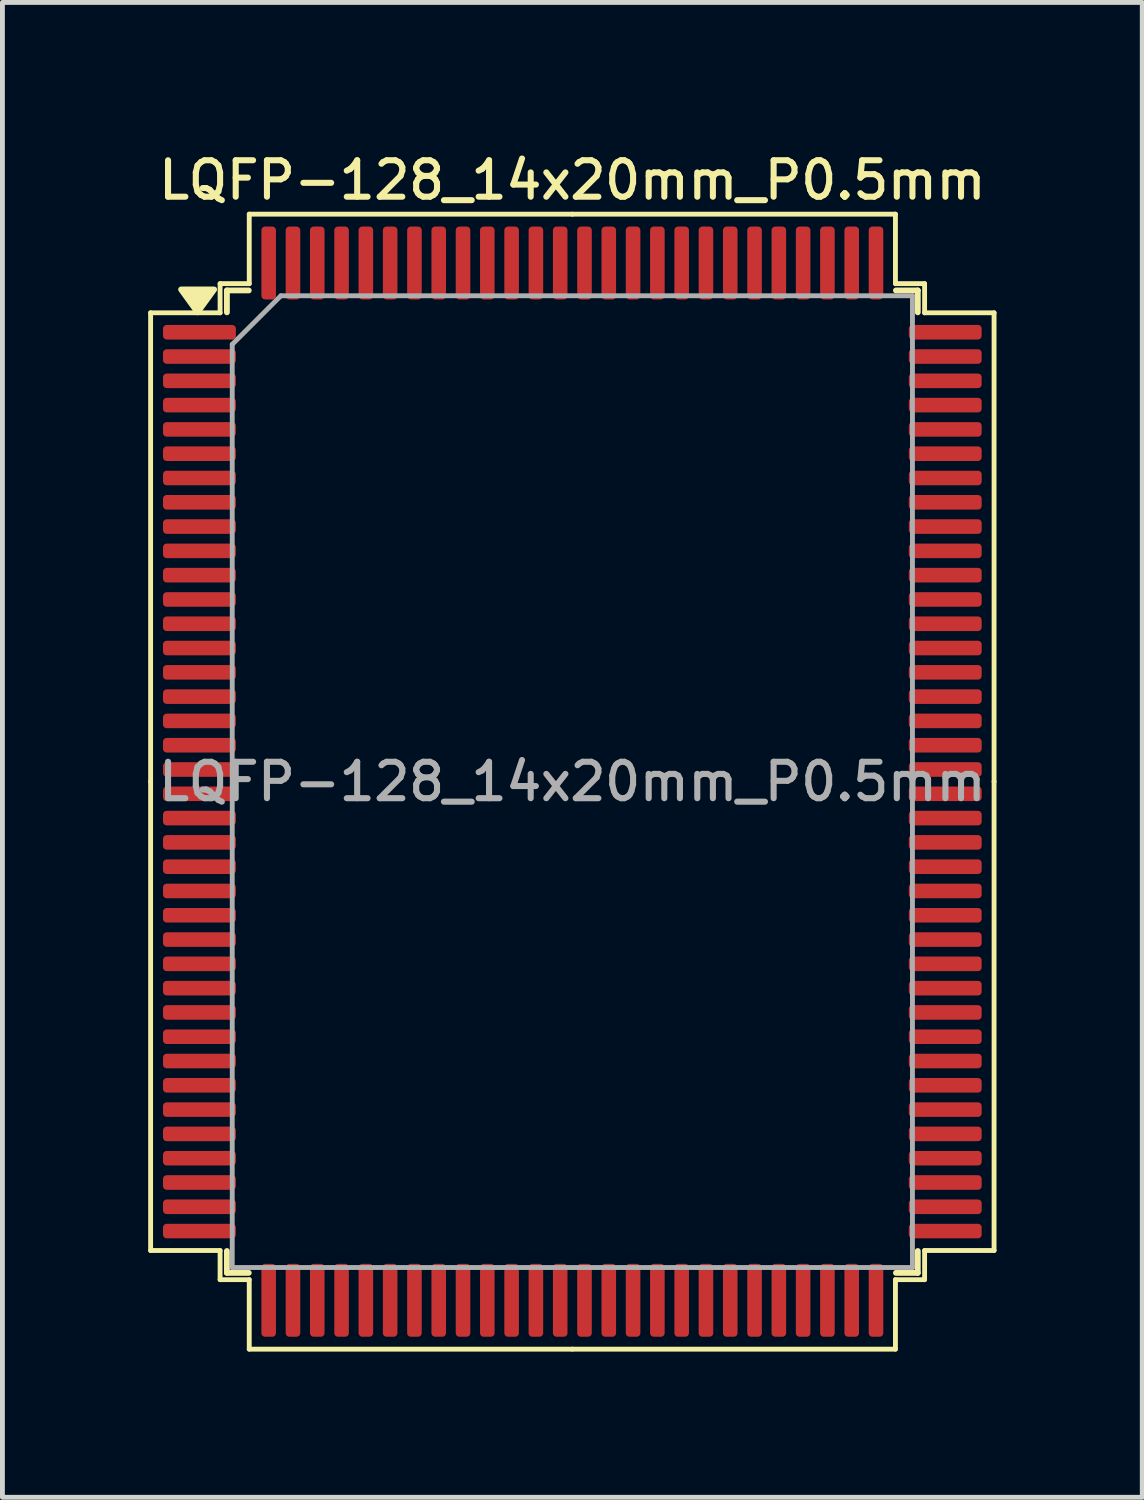
<source format=kicad_pcb>
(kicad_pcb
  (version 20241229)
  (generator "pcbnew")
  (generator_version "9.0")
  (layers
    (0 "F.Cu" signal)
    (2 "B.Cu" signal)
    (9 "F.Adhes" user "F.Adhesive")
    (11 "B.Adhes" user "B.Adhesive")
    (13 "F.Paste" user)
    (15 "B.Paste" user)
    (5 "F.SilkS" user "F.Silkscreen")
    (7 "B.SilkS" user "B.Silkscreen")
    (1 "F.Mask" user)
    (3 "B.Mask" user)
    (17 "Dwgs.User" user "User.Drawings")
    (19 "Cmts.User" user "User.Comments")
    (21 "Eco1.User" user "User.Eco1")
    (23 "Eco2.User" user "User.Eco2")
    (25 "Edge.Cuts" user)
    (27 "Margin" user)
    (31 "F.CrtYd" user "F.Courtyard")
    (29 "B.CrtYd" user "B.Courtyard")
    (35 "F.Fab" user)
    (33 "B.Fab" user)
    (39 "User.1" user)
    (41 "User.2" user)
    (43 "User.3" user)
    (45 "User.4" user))
  (footprint "LQFP-128_14x20mm_P0.5mm"
    (layer "F.Cu")
    (at 8.73 13.038)
    (property "Reference" "LQFP-128_14x20mm_P0.5mm" (at 0 -12.38 0) (layer "F.SilkS") (effects (font (size 0.75 0.75) (thickness 0.125))))
    (attr smd)
    (fp_line (start -8.68 -9.65) (end -8.68 0) (stroke (width 0.1) (type solid)) (layer "F.SilkS"))
    (fp_line (start -8.68 9.65) (end -8.68 0) (stroke (width 0.1) (type solid)) (layer "F.SilkS"))
    (fp_line (start -7.25 -10.25) (end -7.25 -9.65) (stroke (width 0.1) (type solid)) (layer "F.SilkS"))
    (fp_line (start -7.25 -9.65) (end -8.68 -9.65) (stroke (width 0.1) (type solid)) (layer "F.SilkS"))
    (fp_line (start -7.25 9.65) (end -8.68 9.65) (stroke (width 0.1) (type solid)) (layer "F.SilkS"))
    (fp_line (start -7.25 10.25) (end -7.25 9.65) (stroke (width 0.1) (type solid)) (layer "F.SilkS"))
    (fp_line (start -7.11 -10.11) (end -7.11 -9.66) (stroke (width 0.12) (type solid)) (layer "F.SilkS"))
    (fp_line (start -7.11 10.11) (end -7.11 9.66) (stroke (width 0.12) (type solid)) (layer "F.SilkS"))
    (fp_line (start -6.66 -10.11) (end -7.11 -10.11) (stroke (width 0.12) (type solid)) (layer "F.SilkS"))
    (fp_line (start -6.66 10.11) (end -7.11 10.11) (stroke (width 0.12) (type solid)) (layer "F.SilkS"))
    (fp_line (start -6.65 -11.68) (end -6.65 -10.25) (stroke (width 0.1) (type solid)) (layer "F.SilkS"))
    (fp_line (start -6.65 -10.25) (end -7.25 -10.25) (stroke (width 0.1) (type solid)) (layer "F.SilkS"))
    (fp_line (start -6.65 10.25) (end -7.25 10.25) (stroke (width 0.1) (type solid)) (layer "F.SilkS"))
    (fp_line (start -6.65 11.68) (end -6.65 10.25) (stroke (width 0.1) (type solid)) (layer "F.SilkS"))
    (fp_line (start 0 -11.68) (end -6.65 -11.68) (stroke (width 0.1) (type solid)) (layer "F.SilkS"))
    (fp_line (start 0 -11.68) (end 6.65 -11.68) (stroke (width 0.1) (type solid)) (layer "F.SilkS"))
    (fp_line (start 0 11.68) (end -6.65 11.68) (stroke (width 0.1) (type solid)) (layer "F.SilkS"))
    (fp_line (start 0 11.68) (end 6.65 11.68) (stroke (width 0.1) (type solid)) (layer "F.SilkS"))
    (fp_line (start 6.65 -11.68) (end 6.65 -10.25) (stroke (width 0.1) (type solid)) (layer "F.SilkS"))
    (fp_line (start 6.65 -10.25) (end 7.25 -10.25) (stroke (width 0.1) (type solid)) (layer "F.SilkS"))
    (fp_line (start 6.65 10.25) (end 7.25 10.25) (stroke (width 0.1) (type solid)) (layer "F.SilkS"))
    (fp_line (start 6.65 11.68) (end 6.65 10.25) (stroke (width 0.1) (type solid)) (layer "F.SilkS"))
    (fp_line (start 6.66 -10.11) (end 7.11 -10.11) (stroke (width 0.12) (type solid)) (layer "F.SilkS"))
    (fp_line (start 6.66 10.11) (end 7.11 10.11) (stroke (width 0.12) (type solid)) (layer "F.SilkS"))
    (fp_line (start 7.11 -10.11) (end 7.11 -9.66) (stroke (width 0.12) (type solid)) (layer "F.SilkS"))
    (fp_line (start 7.11 10.11) (end 7.11 9.66) (stroke (width 0.12) (type solid)) (layer "F.SilkS"))
    (fp_line (start 7.25 -10.25) (end 7.25 -9.65) (stroke (width 0.1) (type solid)) (layer "F.SilkS"))
    (fp_line (start 7.25 -9.65) (end 8.68 -9.65) (stroke (width 0.1) (type solid)) (layer "F.SilkS"))
    (fp_line (start 7.25 9.65) (end 8.68 9.65) (stroke (width 0.1) (type solid)) (layer "F.SilkS"))
    (fp_line (start 7.25 10.25) (end 7.25 9.65) (stroke (width 0.1) (type solid)) (layer "F.SilkS"))
    (fp_line (start 8.68 -9.65) (end 8.68 0) (stroke (width 0.1) (type solid)) (layer "F.SilkS"))
    (fp_line (start 8.68 9.65) (end 8.68 0) (stroke (width 0.1) (type solid)) (layer "F.SilkS"))
    (fp_poly (pts (xy -7.713 -9.66) (xy -8.053 -10.13) (xy -7.372 -10.13) (xy -7.713 -9.66)) (stroke (width 0.12) (type solid)) (fill yes) (layer "F.SilkS"))
    (fp_line (start -7 -9) (end -6 -10) (stroke (width 0.1) (type solid)) (layer "F.Fab"))
    (fp_line (start -7 10) (end -7 -9) (stroke (width 0.1) (type solid)) (layer "F.Fab"))
    (fp_line (start -6 -10) (end 7 -10) (stroke (width 0.1) (type solid)) (layer "F.Fab"))
    (fp_line (start 7 -10) (end 7 10) (stroke (width 0.1) (type solid)) (layer "F.Fab"))
    (fp_line (start 7 10) (end -7 10) (stroke (width 0.1) (type solid)) (layer "F.Fab"))
    (fp_text user "${REFERENCE}" (at 0 0 0) (layer "F.Fab") (effects (font (size 0.75 0.75) (thickness 0.125))))
    (pad "1" smd roundrect (at -7.675 -9.25) (size 1.5 0.3) (layers "F.Cu" "F.Mask" "F.Paste") (roundrect_rratio 0.25))
    (pad "2" smd roundrect (at -7.675 -8.75) (size 1.5 0.3) (layers "F.Cu" "F.Mask" "F.Paste") (roundrect_rratio 0.25))
    (pad "3" smd roundrect (at -7.675 -8.25) (size 1.5 0.3) (layers "F.Cu" "F.Mask" "F.Paste") (roundrect_rratio 0.25))
    (pad "4" smd roundrect (at -7.675 -7.75) (size 1.5 0.3) (layers "F.Cu" "F.Mask" "F.Paste") (roundrect_rratio 0.25))
    (pad "5" smd roundrect (at -7.675 -7.25) (size 1.5 0.3) (layers "F.Cu" "F.Mask" "F.Paste") (roundrect_rratio 0.25))
    (pad "6" smd roundrect (at -7.675 -6.75) (size 1.5 0.3) (layers "F.Cu" "F.Mask" "F.Paste") (roundrect_rratio 0.25))
    (pad "7" smd roundrect (at -7.675 -6.25) (size 1.5 0.3) (layers "F.Cu" "F.Mask" "F.Paste") (roundrect_rratio 0.25))
    (pad "8" smd roundrect (at -7.675 -5.75) (size 1.5 0.3) (layers "F.Cu" "F.Mask" "F.Paste") (roundrect_rratio 0.25))
    (pad "9" smd roundrect (at -7.675 -5.25) (size 1.5 0.3) (layers "F.Cu" "F.Mask" "F.Paste") (roundrect_rratio 0.25))
    (pad "10" smd roundrect (at -7.675 -4.75) (size 1.5 0.3) (layers "F.Cu" "F.Mask" "F.Paste") (roundrect_rratio 0.25))
    (pad "11" smd roundrect (at -7.675 -4.25) (size 1.5 0.3) (layers "F.Cu" "F.Mask" "F.Paste") (roundrect_rratio 0.25))
    (pad "12" smd roundrect (at -7.675 -3.75) (size 1.5 0.3) (layers "F.Cu" "F.Mask" "F.Paste") (roundrect_rratio 0.25))
    (pad "13" smd roundrect (at -7.675 -3.25) (size 1.5 0.3) (layers "F.Cu" "F.Mask" "F.Paste") (roundrect_rratio 0.25))
    (pad "14" smd roundrect (at -7.675 -2.75) (size 1.5 0.3) (layers "F.Cu" "F.Mask" "F.Paste") (roundrect_rratio 0.25))
    (pad "15" smd roundrect (at -7.675 -2.25) (size 1.5 0.3) (layers "F.Cu" "F.Mask" "F.Paste") (roundrect_rratio 0.25))
    (pad "16" smd roundrect (at -7.675 -1.75) (size 1.5 0.3) (layers "F.Cu" "F.Mask" "F.Paste") (roundrect_rratio 0.25))
    (pad "17" smd roundrect (at -7.675 -1.25) (size 1.5 0.3) (layers "F.Cu" "F.Mask" "F.Paste") (roundrect_rratio 0.25))
    (pad "18" smd roundrect (at -7.675 -0.75) (size 1.5 0.3) (layers "F.Cu" "F.Mask" "F.Paste") (roundrect_rratio 0.25))
    (pad "19" smd roundrect (at -7.675 -0.25) (size 1.5 0.3) (layers "F.Cu" "F.Mask" "F.Paste") (roundrect_rratio 0.25))
    (pad "20" smd roundrect (at -7.675 0.25) (size 1.5 0.3) (layers "F.Cu" "F.Mask" "F.Paste") (roundrect_rratio 0.25))
    (pad "21" smd roundrect (at -7.675 0.75) (size 1.5 0.3) (layers "F.Cu" "F.Mask" "F.Paste") (roundrect_rratio 0.25))
    (pad "22" smd roundrect (at -7.675 1.25) (size 1.5 0.3) (layers "F.Cu" "F.Mask" "F.Paste") (roundrect_rratio 0.25))
    (pad "23" smd roundrect (at -7.675 1.75) (size 1.5 0.3) (layers "F.Cu" "F.Mask" "F.Paste") (roundrect_rratio 0.25))
    (pad "24" smd roundrect (at -7.675 2.25) (size 1.5 0.3) (layers "F.Cu" "F.Mask" "F.Paste") (roundrect_rratio 0.25))
    (pad "25" smd roundrect (at -7.675 2.75) (size 1.5 0.3) (layers "F.Cu" "F.Mask" "F.Paste") (roundrect_rratio 0.25))
    (pad "26" smd roundrect (at -7.675 3.25) (size 1.5 0.3) (layers "F.Cu" "F.Mask" "F.Paste") (roundrect_rratio 0.25))
    (pad "27" smd roundrect (at -7.675 3.75) (size 1.5 0.3) (layers "F.Cu" "F.Mask" "F.Paste") (roundrect_rratio 0.25))
    (pad "28" smd roundrect (at -7.675 4.25) (size 1.5 0.3) (layers "F.Cu" "F.Mask" "F.Paste") (roundrect_rratio 0.25))
    (pad "29" smd roundrect (at -7.675 4.75) (size 1.5 0.3) (layers "F.Cu" "F.Mask" "F.Paste") (roundrect_rratio 0.25))
    (pad "30" smd roundrect (at -7.675 5.25) (size 1.5 0.3) (layers "F.Cu" "F.Mask" "F.Paste") (roundrect_rratio 0.25))
    (pad "31" smd roundrect (at -7.675 5.75) (size 1.5 0.3) (layers "F.Cu" "F.Mask" "F.Paste") (roundrect_rratio 0.25))
    (pad "32" smd roundrect (at -7.675 6.25) (size 1.5 0.3) (layers "F.Cu" "F.Mask" "F.Paste") (roundrect_rratio 0.25))
    (pad "33" smd roundrect (at -7.675 6.75) (size 1.5 0.3) (layers "F.Cu" "F.Mask" "F.Paste") (roundrect_rratio 0.25))
    (pad "34" smd roundrect (at -7.675 7.25) (size 1.5 0.3) (layers "F.Cu" "F.Mask" "F.Paste") (roundrect_rratio 0.25))
    (pad "35" smd roundrect (at -7.675 7.75) (size 1.5 0.3) (layers "F.Cu" "F.Mask" "F.Paste") (roundrect_rratio 0.25))
    (pad "36" smd roundrect (at -7.675 8.25) (size 1.5 0.3) (layers "F.Cu" "F.Mask" "F.Paste") (roundrect_rratio 0.25))
    (pad "37" smd roundrect (at -7.675 8.75) (size 1.5 0.3) (layers "F.Cu" "F.Mask" "F.Paste") (roundrect_rratio 0.25))
    (pad "38" smd roundrect (at -7.675 9.25) (size 1.5 0.3) (layers "F.Cu" "F.Mask" "F.Paste") (roundrect_rratio 0.25))
    (pad "39" smd roundrect (at -6.25 10.675) (size 0.3 1.5) (layers "F.Cu" "F.Mask" "F.Paste") (roundrect_rratio 0.25))
    (pad "40" smd roundrect (at -5.75 10.675) (size 0.3 1.5) (layers "F.Cu" "F.Mask" "F.Paste") (roundrect_rratio 0.25))
    (pad "41" smd roundrect (at -5.25 10.675) (size 0.3 1.5) (layers "F.Cu" "F.Mask" "F.Paste") (roundrect_rratio 0.25))
    (pad "42" smd roundrect (at -4.75 10.675) (size 0.3 1.5) (layers "F.Cu" "F.Mask" "F.Paste") (roundrect_rratio 0.25))
    (pad "43" smd roundrect (at -4.25 10.675) (size 0.3 1.5) (layers "F.Cu" "F.Mask" "F.Paste") (roundrect_rratio 0.25))
    (pad "44" smd roundrect (at -3.75 10.675) (size 0.3 1.5) (layers "F.Cu" "F.Mask" "F.Paste") (roundrect_rratio 0.25))
    (pad "45" smd roundrect (at -3.25 10.675) (size 0.3 1.5) (layers "F.Cu" "F.Mask" "F.Paste") (roundrect_rratio 0.25))
    (pad "46" smd roundrect (at -2.75 10.675) (size 0.3 1.5) (layers "F.Cu" "F.Mask" "F.Paste") (roundrect_rratio 0.25))
    (pad "47" smd roundrect (at -2.25 10.675) (size 0.3 1.5) (layers "F.Cu" "F.Mask" "F.Paste") (roundrect_rratio 0.25))
    (pad "48" smd roundrect (at -1.75 10.675) (size 0.3 1.5) (layers "F.Cu" "F.Mask" "F.Paste") (roundrect_rratio 0.25))
    (pad "49" smd roundrect (at -1.25 10.675) (size 0.3 1.5) (layers "F.Cu" "F.Mask" "F.Paste") (roundrect_rratio 0.25))
    (pad "50" smd roundrect (at -0.75 10.675) (size 0.3 1.5) (layers "F.Cu" "F.Mask" "F.Paste") (roundrect_rratio 0.25))
    (pad "51" smd roundrect (at -0.25 10.675) (size 0.3 1.5) (layers "F.Cu" "F.Mask" "F.Paste") (roundrect_rratio 0.25))
    (pad "52" smd roundrect (at 0.25 10.675) (size 0.3 1.5) (layers "F.Cu" "F.Mask" "F.Paste") (roundrect_rratio 0.25))
    (pad "53" smd roundrect (at 0.75 10.675) (size 0.3 1.5) (layers "F.Cu" "F.Mask" "F.Paste") (roundrect_rratio 0.25))
    (pad "54" smd roundrect (at 1.25 10.675) (size 0.3 1.5) (layers "F.Cu" "F.Mask" "F.Paste") (roundrect_rratio 0.25))
    (pad "55" smd roundrect (at 1.75 10.675) (size 0.3 1.5) (layers "F.Cu" "F.Mask" "F.Paste") (roundrect_rratio 0.25))
    (pad "56" smd roundrect (at 2.25 10.675) (size 0.3 1.5) (layers "F.Cu" "F.Mask" "F.Paste") (roundrect_rratio 0.25))
    (pad "57" smd roundrect (at 2.75 10.675) (size 0.3 1.5) (layers "F.Cu" "F.Mask" "F.Paste") (roundrect_rratio 0.25))
    (pad "58" smd roundrect (at 3.25 10.675) (size 0.3 1.5) (layers "F.Cu" "F.Mask" "F.Paste") (roundrect_rratio 0.25))
    (pad "59" smd roundrect (at 3.75 10.675) (size 0.3 1.5) (layers "F.Cu" "F.Mask" "F.Paste") (roundrect_rratio 0.25))
    (pad "60" smd roundrect (at 4.25 10.675) (size 0.3 1.5) (layers "F.Cu" "F.Mask" "F.Paste") (roundrect_rratio 0.25))
    (pad "61" smd roundrect (at 4.75 10.675) (size 0.3 1.5) (layers "F.Cu" "F.Mask" "F.Paste") (roundrect_rratio 0.25))
    (pad "62" smd roundrect (at 5.25 10.675) (size 0.3 1.5) (layers "F.Cu" "F.Mask" "F.Paste") (roundrect_rratio 0.25))
    (pad "63" smd roundrect (at 5.75 10.675) (size 0.3 1.5) (layers "F.Cu" "F.Mask" "F.Paste") (roundrect_rratio 0.25))
    (pad "64" smd roundrect (at 6.25 10.675) (size 0.3 1.5) (layers "F.Cu" "F.Mask" "F.Paste") (roundrect_rratio 0.25))
    (pad "65" smd roundrect (at 7.675 9.25) (size 1.5 0.3) (layers "F.Cu" "F.Mask" "F.Paste") (roundrect_rratio 0.25))
    (pad "66" smd roundrect (at 7.675 8.75) (size 1.5 0.3) (layers "F.Cu" "F.Mask" "F.Paste") (roundrect_rratio 0.25))
    (pad "67" smd roundrect (at 7.675 8.25) (size 1.5 0.3) (layers "F.Cu" "F.Mask" "F.Paste") (roundrect_rratio 0.25))
    (pad "68" smd roundrect (at 7.675 7.75) (size 1.5 0.3) (layers "F.Cu" "F.Mask" "F.Paste") (roundrect_rratio 0.25))
    (pad "69" smd roundrect (at 7.675 7.25) (size 1.5 0.3) (layers "F.Cu" "F.Mask" "F.Paste") (roundrect_rratio 0.25))
    (pad "70" smd roundrect (at 7.675 6.75) (size 1.5 0.3) (layers "F.Cu" "F.Mask" "F.Paste") (roundrect_rratio 0.25))
    (pad "71" smd roundrect (at 7.675 6.25) (size 1.5 0.3) (layers "F.Cu" "F.Mask" "F.Paste") (roundrect_rratio 0.25))
    (pad "72" smd roundrect (at 7.675 5.75) (size 1.5 0.3) (layers "F.Cu" "F.Mask" "F.Paste") (roundrect_rratio 0.25))
    (pad "73" smd roundrect (at 7.675 5.25) (size 1.5 0.3) (layers "F.Cu" "F.Mask" "F.Paste") (roundrect_rratio 0.25))
    (pad "74" smd roundrect (at 7.675 4.75) (size 1.5 0.3) (layers "F.Cu" "F.Mask" "F.Paste") (roundrect_rratio 0.25))
    (pad "75" smd roundrect (at 7.675 4.25) (size 1.5 0.3) (layers "F.Cu" "F.Mask" "F.Paste") (roundrect_rratio 0.25))
    (pad "76" smd roundrect (at 7.675 3.75) (size 1.5 0.3) (layers "F.Cu" "F.Mask" "F.Paste") (roundrect_rratio 0.25))
    (pad "77" smd roundrect (at 7.675 3.25) (size 1.5 0.3) (layers "F.Cu" "F.Mask" "F.Paste") (roundrect_rratio 0.25))
    (pad "78" smd roundrect (at 7.675 2.75) (size 1.5 0.3) (layers "F.Cu" "F.Mask" "F.Paste") (roundrect_rratio 0.25))
    (pad "79" smd roundrect (at 7.675 2.25) (size 1.5 0.3) (layers "F.Cu" "F.Mask" "F.Paste") (roundrect_rratio 0.25))
    (pad "80" smd roundrect (at 7.675 1.75) (size 1.5 0.3) (layers "F.Cu" "F.Mask" "F.Paste") (roundrect_rratio 0.25))
    (pad "81" smd roundrect (at 7.675 1.25) (size 1.5 0.3) (layers "F.Cu" "F.Mask" "F.Paste") (roundrect_rratio 0.25))
    (pad "82" smd roundrect (at 7.675 0.75) (size 1.5 0.3) (layers "F.Cu" "F.Mask" "F.Paste") (roundrect_rratio 0.25))
    (pad "83" smd roundrect (at 7.675 0.25) (size 1.5 0.3) (layers "F.Cu" "F.Mask" "F.Paste") (roundrect_rratio 0.25))
    (pad "84" smd roundrect (at 7.675 -0.25) (size 1.5 0.3) (layers "F.Cu" "F.Mask" "F.Paste") (roundrect_rratio 0.25))
    (pad "85" smd roundrect (at 7.675 -0.75) (size 1.5 0.3) (layers "F.Cu" "F.Mask" "F.Paste") (roundrect_rratio 0.25))
    (pad "86" smd roundrect (at 7.675 -1.25) (size 1.5 0.3) (layers "F.Cu" "F.Mask" "F.Paste") (roundrect_rratio 0.25))
    (pad "87" smd roundrect (at 7.675 -1.75) (size 1.5 0.3) (layers "F.Cu" "F.Mask" "F.Paste") (roundrect_rratio 0.25))
    (pad "88" smd roundrect (at 7.675 -2.25) (size 1.5 0.3) (layers "F.Cu" "F.Mask" "F.Paste") (roundrect_rratio 0.25))
    (pad "89" smd roundrect (at 7.675 -2.75) (size 1.5 0.3) (layers "F.Cu" "F.Mask" "F.Paste") (roundrect_rratio 0.25))
    (pad "90" smd roundrect (at 7.675 -3.25) (size 1.5 0.3) (layers "F.Cu" "F.Mask" "F.Paste") (roundrect_rratio 0.25))
    (pad "91" smd roundrect (at 7.675 -3.75) (size 1.5 0.3) (layers "F.Cu" "F.Mask" "F.Paste") (roundrect_rratio 0.25))
    (pad "92" smd roundrect (at 7.675 -4.25) (size 1.5 0.3) (layers "F.Cu" "F.Mask" "F.Paste") (roundrect_rratio 0.25))
    (pad "93" smd roundrect (at 7.675 -4.75) (size 1.5 0.3) (layers "F.Cu" "F.Mask" "F.Paste") (roundrect_rratio 0.25))
    (pad "94" smd roundrect (at 7.675 -5.25) (size 1.5 0.3) (layers "F.Cu" "F.Mask" "F.Paste") (roundrect_rratio 0.25))
    (pad "95" smd roundrect (at 7.675 -5.75) (size 1.5 0.3) (layers "F.Cu" "F.Mask" "F.Paste") (roundrect_rratio 0.25))
    (pad "96" smd roundrect (at 7.675 -6.25) (size 1.5 0.3) (layers "F.Cu" "F.Mask" "F.Paste") (roundrect_rratio 0.25))
    (pad "97" smd roundrect (at 7.675 -6.75) (size 1.5 0.3) (layers "F.Cu" "F.Mask" "F.Paste") (roundrect_rratio 0.25))
    (pad "98" smd roundrect (at 7.675 -7.25) (size 1.5 0.3) (layers "F.Cu" "F.Mask" "F.Paste") (roundrect_rratio 0.25))
    (pad "99" smd roundrect (at 7.675 -7.75) (size 1.5 0.3) (layers "F.Cu" "F.Mask" "F.Paste") (roundrect_rratio 0.25))
    (pad "100" smd roundrect (at 7.675 -8.25) (size 1.5 0.3) (layers "F.Cu" "F.Mask" "F.Paste") (roundrect_rratio 0.25))
    (pad "101" smd roundrect (at 7.675 -8.75) (size 1.5 0.3) (layers "F.Cu" "F.Mask" "F.Paste") (roundrect_rratio 0.25))
    (pad "102" smd roundrect (at 7.675 -9.25) (size 1.5 0.3) (layers "F.Cu" "F.Mask" "F.Paste") (roundrect_rratio 0.25))
    (pad "103" smd roundrect (at 6.25 -10.675) (size 0.3 1.5) (layers "F.Cu" "F.Mask" "F.Paste") (roundrect_rratio 0.25))
    (pad "104" smd roundrect (at 5.75 -10.675) (size 0.3 1.5) (layers "F.Cu" "F.Mask" "F.Paste") (roundrect_rratio 0.25))
    (pad "105" smd roundrect (at 5.25 -10.675) (size 0.3 1.5) (layers "F.Cu" "F.Mask" "F.Paste") (roundrect_rratio 0.25))
    (pad "106" smd roundrect (at 4.75 -10.675) (size 0.3 1.5) (layers "F.Cu" "F.Mask" "F.Paste") (roundrect_rratio 0.25))
    (pad "107" smd roundrect (at 4.25 -10.675) (size 0.3 1.5) (layers "F.Cu" "F.Mask" "F.Paste") (roundrect_rratio 0.25))
    (pad "108" smd roundrect (at 3.75 -10.675) (size 0.3 1.5) (layers "F.Cu" "F.Mask" "F.Paste") (roundrect_rratio 0.25))
    (pad "109" smd roundrect (at 3.25 -10.675) (size 0.3 1.5) (layers "F.Cu" "F.Mask" "F.Paste") (roundrect_rratio 0.25))
    (pad "110" smd roundrect (at 2.75 -10.675) (size 0.3 1.5) (layers "F.Cu" "F.Mask" "F.Paste") (roundrect_rratio 0.25))
    (pad "111" smd roundrect (at 2.25 -10.675) (size 0.3 1.5) (layers "F.Cu" "F.Mask" "F.Paste") (roundrect_rratio 0.25))
    (pad "112" smd roundrect (at 1.75 -10.675) (size 0.3 1.5) (layers "F.Cu" "F.Mask" "F.Paste") (roundrect_rratio 0.25))
    (pad "113" smd roundrect (at 1.25 -10.675) (size 0.3 1.5) (layers "F.Cu" "F.Mask" "F.Paste") (roundrect_rratio 0.25))
    (pad "114" smd roundrect (at 0.75 -10.675) (size 0.3 1.5) (layers "F.Cu" "F.Mask" "F.Paste") (roundrect_rratio 0.25))
    (pad "115" smd roundrect (at 0.25 -10.675) (size 0.3 1.5) (layers "F.Cu" "F.Mask" "F.Paste") (roundrect_rratio 0.25))
    (pad "116" smd roundrect (at -0.25 -10.675) (size 0.3 1.5) (layers "F.Cu" "F.Mask" "F.Paste") (roundrect_rratio 0.25))
    (pad "117" smd roundrect (at -0.75 -10.675) (size 0.3 1.5) (layers "F.Cu" "F.Mask" "F.Paste") (roundrect_rratio 0.25))
    (pad "118" smd roundrect (at -1.25 -10.675) (size 0.3 1.5) (layers "F.Cu" "F.Mask" "F.Paste") (roundrect_rratio 0.25))
    (pad "119" smd roundrect (at -1.75 -10.675) (size 0.3 1.5) (layers "F.Cu" "F.Mask" "F.Paste") (roundrect_rratio 0.25))
    (pad "120" smd roundrect (at -2.25 -10.675) (size 0.3 1.5) (layers "F.Cu" "F.Mask" "F.Paste") (roundrect_rratio 0.25))
    (pad "121" smd roundrect (at -2.75 -10.675) (size 0.3 1.5) (layers "F.Cu" "F.Mask" "F.Paste") (roundrect_rratio 0.25))
    (pad "122" smd roundrect (at -3.25 -10.675) (size 0.3 1.5) (layers "F.Cu" "F.Mask" "F.Paste") (roundrect_rratio 0.25))
    (pad "123" smd roundrect (at -3.75 -10.675) (size 0.3 1.5) (layers "F.Cu" "F.Mask" "F.Paste") (roundrect_rratio 0.25))
    (pad "124" smd roundrect (at -4.25 -10.675) (size 0.3 1.5) (layers "F.Cu" "F.Mask" "F.Paste") (roundrect_rratio 0.25))
    (pad "125" smd roundrect (at -4.75 -10.675) (size 0.3 1.5) (layers "F.Cu" "F.Mask" "F.Paste") (roundrect_rratio 0.25))
    (pad "126" smd roundrect (at -5.25 -10.675) (size 0.3 1.5) (layers "F.Cu" "F.Mask" "F.Paste") (roundrect_rratio 0.25))
    (pad "127" smd roundrect (at -5.75 -10.675) (size 0.3 1.5) (layers "F.Cu" "F.Mask" "F.Paste") (roundrect_rratio 0.25))
    (pad "128" smd roundrect (at -6.25 -10.675) (size 0.3 1.5) (layers "F.Cu" "F.Mask" "F.Paste") (roundrect_rratio 0.25)))
  (gr_rect
    (start -3 -3)
    (end 20.46 27.768)
    (stroke (width 0.1) (type default))
    (fill no)
    (layer "Edge.Cuts")))
</source>
